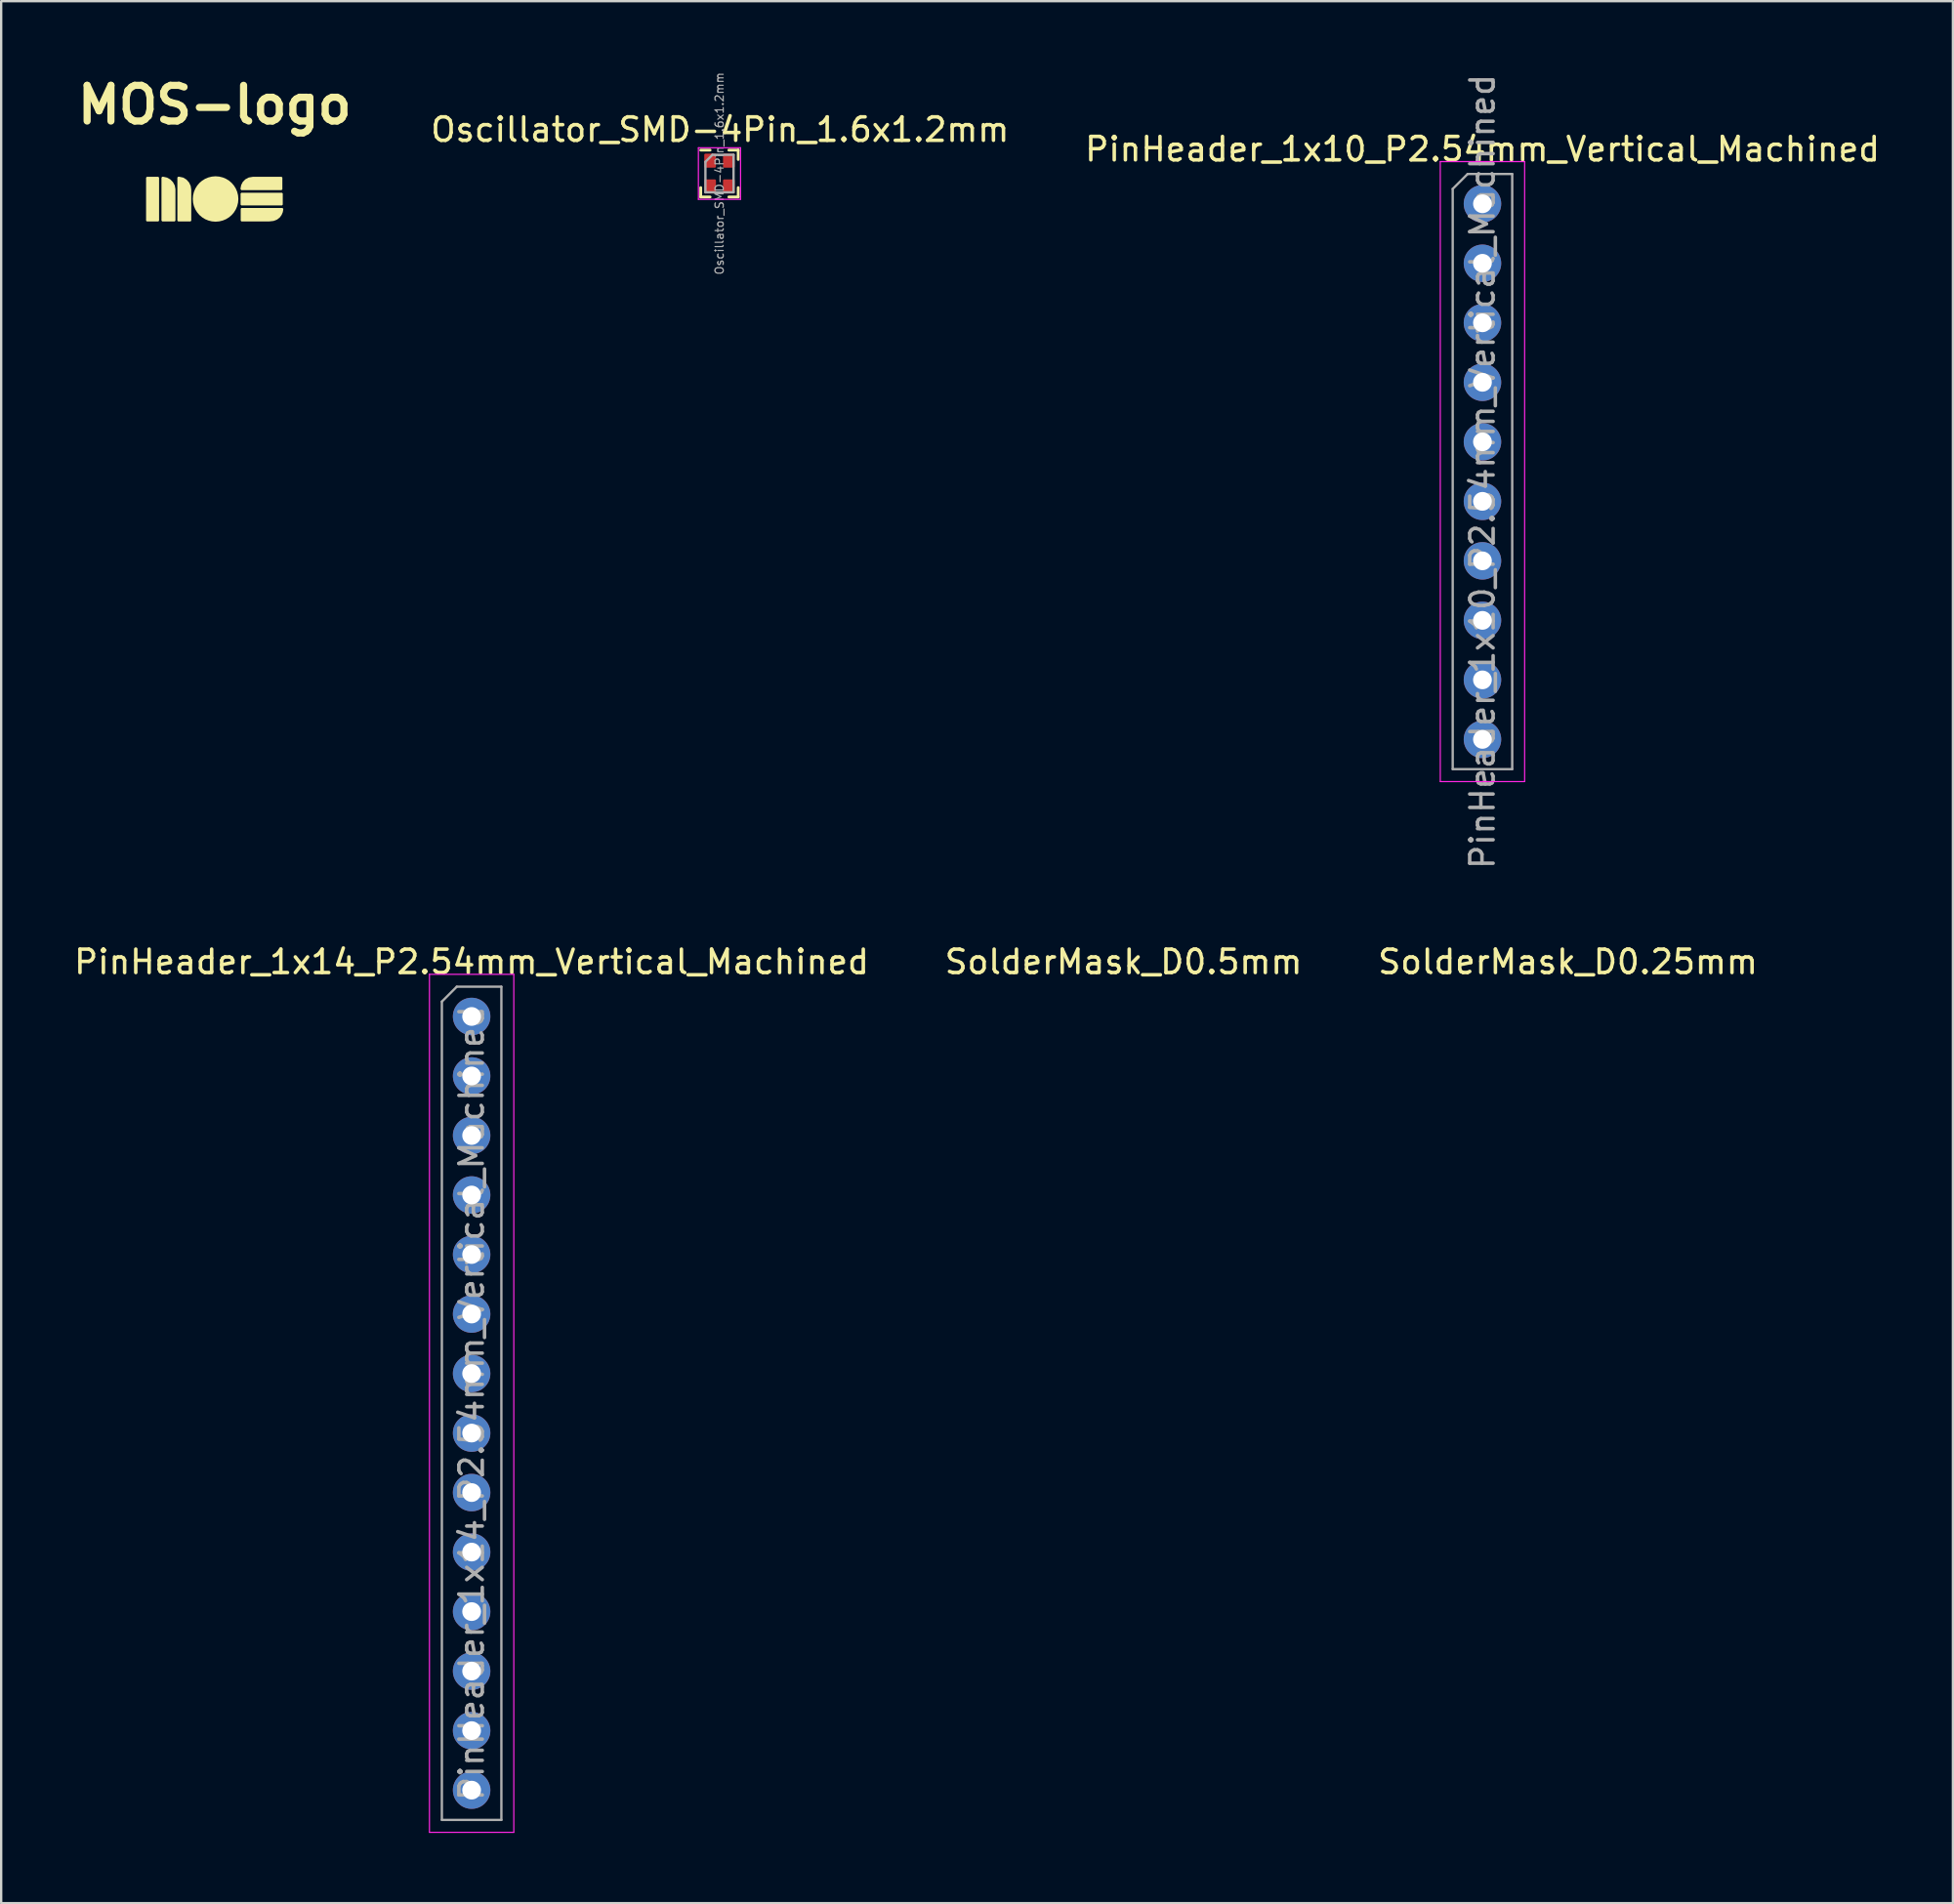
<source format=kicad_pcb>
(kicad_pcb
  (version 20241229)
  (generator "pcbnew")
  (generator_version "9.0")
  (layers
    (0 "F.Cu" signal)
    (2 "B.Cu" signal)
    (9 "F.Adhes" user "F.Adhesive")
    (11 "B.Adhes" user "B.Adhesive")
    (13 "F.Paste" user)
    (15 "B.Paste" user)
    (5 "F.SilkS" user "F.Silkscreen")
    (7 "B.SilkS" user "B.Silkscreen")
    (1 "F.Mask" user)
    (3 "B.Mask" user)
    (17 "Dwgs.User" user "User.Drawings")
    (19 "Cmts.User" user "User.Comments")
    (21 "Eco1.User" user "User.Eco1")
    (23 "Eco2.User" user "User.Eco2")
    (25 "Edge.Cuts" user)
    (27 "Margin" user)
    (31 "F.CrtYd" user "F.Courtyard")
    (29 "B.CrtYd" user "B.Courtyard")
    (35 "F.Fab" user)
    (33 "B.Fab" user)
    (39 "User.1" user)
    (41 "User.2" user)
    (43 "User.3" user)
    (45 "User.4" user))
  (footprint "Oscillator_SMD-4Pin_1.6x1.2mm"
    (layer "F.Cu")
    (at 27.654 4.357)
    (property "Reference" "Oscillator_SMD-4Pin_1.6x1.2mm" (at 0.025 -1.875 0) (layer "F.SilkS") (effects (font (size 1 1) (thickness 0.15))))
    (attr smd)
    (fp_line (start -0.8 0.6) (end -0.8 1) (stroke (width 0.12) (type solid)) (layer "F.SilkS"))
    (fp_line (start -0.4 -1) (end -0.8 -1) (stroke (width 0.12) (type solid)) (layer "F.SilkS"))
    (fp_line (start -0.4 1) (end -0.8 1) (stroke (width 0.12) (type solid)) (layer "F.SilkS"))
    (fp_line (start 0.8 -1) (end 0.4 -1) (stroke (width 0.12) (type solid)) (layer "F.SilkS"))
    (fp_line (start 0.8 -1) (end 0.8 -0.6) (stroke (width 0.12) (type solid)) (layer "F.SilkS"))
    (fp_line (start 0.8 0.6) (end 0.8 1) (stroke (width 0.12) (type solid)) (layer "F.SilkS"))
    (fp_line (start 0.8 1) (end 0.4 1) (stroke (width 0.12) (type solid)) (layer "F.SilkS"))
    (fp_line (start -0.9 -1.1) (end -0.9 1.1) (stroke (width 0.05) (type solid)) (layer "F.CrtYd"))
    (fp_line (start -0.9 1.1) (end 0.9 1.1) (stroke (width 0.05) (type solid)) (layer "F.CrtYd"))
    (fp_line (start 0.9 -1.1) (end -0.9 -1.1) (stroke (width 0.05) (type solid)) (layer "F.CrtYd"))
    (fp_line (start 0.9 1.1) (end 0.9 -1.1) (stroke (width 0.05) (type solid)) (layer "F.CrtYd"))
    (fp_line (start -0.6 0.8) (end -0.6 -0.5) (stroke (width 0.1) (type solid)) (layer "F.Fab"))
    (fp_line (start -0.3 -0.8) (end -0.6 -0.5) (stroke (width 0.1) (type solid)) (layer "F.Fab"))
    (fp_line (start -0.3 -0.8) (end 0.6 -0.8) (stroke (width 0.1) (type solid)) (layer "F.Fab"))
    (fp_line (start 0.6 -0.8) (end 0.6 0.8) (stroke (width 0.1) (type solid)) (layer "F.Fab"))
    (fp_line (start 0.6 0.8) (end -0.6 0.8) (stroke (width 0.1) (type solid)) (layer "F.Fab"))
    (fp_text user "${REFERENCE}" (at 0 0 270) (layer "F.Fab") (effects (font (size 0.35 0.35) (thickness 0.05))))
    (pad "1" smd roundrect (at -0.4 -0.55) (size 0.5 0.6) (layers "F.Cu" "F.Mask" "F.Paste") (roundrect_rratio 0.1))
    (pad "2" smd roundrect (at -0.4 0.55) (size 0.5 0.6) (layers "F.Cu" "F.Mask" "F.Paste") (roundrect_rratio 0.1))
    (pad "3" smd roundrect (at 0.4 0.55) (size 0.5 0.6) (layers "F.Cu" "F.Mask" "F.Paste") (roundrect_rratio 0.1))
    (pad "4" smd roundrect (at 0.4 -0.55) (size 0.5 0.6) (layers "F.Cu" "F.Mask" "F.Paste") (roundrect_rratio 0.1)))
  (footprint "PinHeader_1x14_P2.54mm_Vertical_Machined"
    (layer "F.Cu")
    (at 17.077 40.333)
    (property "Reference" "PinHeader_1x14_P2.54mm_Vertical_Machined" (at 0 -2.33 0) (layer "F.SilkS") (effects (font (size 1 1) (thickness 0.15))))
    (attr through_hole)
    (fp_line (start -1.8 -1.8) (end -1.8 34.82) (stroke (width 0.05) (type solid)) (layer "F.CrtYd"))
    (fp_line (start -1.8 34.82) (end 1.8 34.82) (stroke (width 0.05) (type solid)) (layer "F.CrtYd"))
    (fp_line (start 1.8 -1.8) (end -1.8 -1.8) (stroke (width 0.05) (type solid)) (layer "F.CrtYd"))
    (fp_line (start 1.8 34.82) (end 1.8 -1.8) (stroke (width 0.05) (type solid)) (layer "F.CrtYd"))
    (fp_line (start -1.27 -0.635) (end -0.635 -1.27) (stroke (width 0.1) (type solid)) (layer "F.Fab"))
    (fp_line (start -1.27 34.29) (end -1.27 -0.635) (stroke (width 0.1) (type solid)) (layer "F.Fab"))
    (fp_line (start -0.635 -1.27) (end 1.27 -1.27) (stroke (width 0.1) (type solid)) (layer "F.Fab"))
    (fp_line (start 1.27 -1.27) (end 1.27 34.29) (stroke (width 0.1) (type solid)) (layer "F.Fab"))
    (fp_line (start 1.27 34.29) (end -1.27 34.29) (stroke (width 0.1) (type solid)) (layer "F.Fab"))
    (fp_text user "${REFERENCE}" (at 0 16.51 90) (layer "F.Fab") (effects (font (size 1 1) (thickness 0.15))))
    (pad "1" thru_hole circle (at 0 0) (size 1.6 1.6) (drill 0.8) (layers "*.Cu" "*.Mask"))
    (pad "2" thru_hole circle (at 0 2.54) (size 1.6 1.6) (drill 0.8) (layers "*.Cu" "*.Mask"))
    (pad "3" thru_hole circle (at 0 5.08) (size 1.6 1.6) (drill 0.8) (layers "*.Cu" "*.Mask"))
    (pad "4" thru_hole circle (at 0 7.62) (size 1.6 1.6) (drill 0.8) (layers "*.Cu" "*.Mask"))
    (pad "5" thru_hole circle (at 0 10.16) (size 1.6 1.6) (drill 0.8) (layers "*.Cu" "*.Mask"))
    (pad "6" thru_hole circle (at 0 12.7) (size 1.6 1.6) (drill 0.8) (layers "*.Cu" "*.Mask"))
    (pad "7" thru_hole circle (at 0 15.24) (size 1.6 1.6) (drill 0.8) (layers "*.Cu" "*.Mask"))
    (pad "8" thru_hole circle (at 0 17.78) (size 1.6 1.6) (drill 0.8) (layers "*.Cu" "*.Mask"))
    (pad "9" thru_hole circle (at 0 20.32) (size 1.6 1.6) (drill 0.8) (layers "*.Cu" "*.Mask"))
    (pad "10" thru_hole circle (at 0 22.86) (size 1.6 1.6) (drill 0.8) (layers "*.Cu" "*.Mask"))
    (pad "11" thru_hole circle (at 0 25.4) (size 1.6 1.6) (drill 0.8) (layers "*.Cu" "*.Mask"))
    (pad "12" thru_hole circle (at 0 27.94) (size 1.6 1.6) (drill 0.8) (layers "*.Cu" "*.Mask"))
    (pad "13" thru_hole circle (at 0 30.48) (size 1.6 1.6) (drill 0.8) (layers "*.Cu" "*.Mask"))
    (pad "14" thru_hole circle (at 0 33.02) (size 1.6 1.6) (drill 0.8) (layers "*.Cu" "*.Mask")))
  (footprint "PinHeader_1x10_P2.54mm_Vertical_Machined"
    (layer "F.Cu")
    (at 60.215 5.647)
    (property "Reference" "PinHeader_1x10_P2.54mm_Vertical_Machined" (at 0 -2.33 0) (layer "F.SilkS") (effects (font (size 1 1) (thickness 0.15))))
    (attr through_hole)
    (fp_line (start -1.8 -1.8) (end -1.8 24.66) (stroke (width 0.05) (type solid)) (layer "F.CrtYd"))
    (fp_line (start -1.8 24.66) (end 1.8 24.66) (stroke (width 0.05) (type solid)) (layer "F.CrtYd"))
    (fp_line (start 1.8 -1.8) (end -1.8 -1.8) (stroke (width 0.05) (type solid)) (layer "F.CrtYd"))
    (fp_line (start 1.8 24.66) (end 1.8 -1.8) (stroke (width 0.05) (type solid)) (layer "F.CrtYd"))
    (fp_line (start -1.27 -0.635) (end -0.635 -1.27) (stroke (width 0.1) (type solid)) (layer "F.Fab"))
    (fp_line (start -1.27 24.13) (end -1.27 -0.635) (stroke (width 0.1) (type solid)) (layer "F.Fab"))
    (fp_line (start -0.635 -1.27) (end 1.27 -1.27) (stroke (width 0.1) (type solid)) (layer "F.Fab"))
    (fp_line (start 1.27 -1.27) (end 1.27 24.13) (stroke (width 0.1) (type solid)) (layer "F.Fab"))
    (fp_line (start 1.27 24.13) (end -1.27 24.13) (stroke (width 0.1) (type solid)) (layer "F.Fab"))
    (fp_text user "${REFERENCE}" (at 0 11.43 90) (layer "F.Fab") (effects (font (size 1 1) (thickness 0.15))))
    (pad "1" thru_hole circle (at 0 0) (size 1.6 1.6) (drill 0.8) (layers "*.Cu" "*.Mask"))
    (pad "2" thru_hole circle (at 0 2.54) (size 1.6 1.6) (drill 0.8) (layers "*.Cu" "*.Mask"))
    (pad "3" thru_hole circle (at 0 5.08) (size 1.6 1.6) (drill 0.8) (layers "*.Cu" "*.Mask"))
    (pad "4" thru_hole circle (at 0 7.62) (size 1.6 1.6) (drill 0.8) (layers "*.Cu" "*.Mask"))
    (pad "5" thru_hole circle (at 0 10.16) (size 1.6 1.6) (drill 0.8) (layers "*.Cu" "*.Mask"))
    (pad "6" thru_hole circle (at 0 12.7) (size 1.6 1.6) (drill 0.8) (layers "*.Cu" "*.Mask"))
    (pad "7" thru_hole circle (at 0 15.24) (size 1.6 1.6) (drill 0.8) (layers "*.Cu" "*.Mask"))
    (pad "8" thru_hole circle (at 0 17.78) (size 1.6 1.6) (drill 0.8) (layers "*.Cu" "*.Mask"))
    (pad "9" thru_hole circle (at 0 20.32) (size 1.6 1.6) (drill 0.8) (layers "*.Cu" "*.Mask"))
    (pad "10" thru_hole circle (at 0 22.86) (size 1.6 1.6) (drill 0.8) (layers "*.Cu" "*.Mask")))
  (footprint "MOS-logo"
    (layer "F.Cu")
    (at 6.111 5.443)
    (property "Reference" "MOS-logo" (at 0 -4.017 0) (layer "F.SilkS") (effects (font (size 1.524 1.524) (thickness 0.305))))
    (attr board_only exclude_from_pos_files exclude_from_bom allow_missing_courtyard)
    (fp_poly (pts (xy -2.893 -0.946) (xy -2.405 -0.946) (xy -2.372 -0.913) (xy -2.372 0.925) (xy -2.405 0.959) (xy -2.893 0.959) (xy -2.927 0.925) (xy -2.927 -0.913) (xy -2.893 -0.946)) (stroke (width 0) (type solid)) (fill yes) (layer "F.SilkS"))
    (fp_poly (pts (xy 1.14 -0.268) (xy 2.872 -0.268) (xy 2.906 -0.235) (xy 2.906 0.242) (xy 2.872 0.276) (xy 1.14 0.276) (xy 1.106 0.242) (xy 1.106 -0.235) (xy 1.14 -0.268)) (stroke (width 0) (type solid)) (fill yes) (layer "F.SilkS"))
    (fp_poly (pts (xy -2.236 -0.949) (xy -2.192 -0.949) (xy -2.031 -0.913) (xy -1.89 -0.833) (xy -1.778 -0.718) (xy -1.703 -0.577) (xy -1.673 -0.421) (xy -1.673 0.924) (xy -1.707 0.958) (xy -2.236 0.958) (xy -2.27 0.924) (xy -2.27 -0.915) (xy -2.236 -0.949)) (stroke (width 0) (type solid)) (fill yes) (layer "F.SilkS"))
    (fp_poly (pts (xy -1.557 -0.95) (xy -1.513 -0.95) (xy -1.344 -0.914) (xy -1.202 -0.828) (xy -1.093 -0.705) (xy -1.023 -0.559) (xy -0.999 -0.403) (xy -0.999 0.926) (xy -1.033 0.959) (xy -1.557 0.959) (xy -1.591 0.926) (xy -1.591 -0.916) (xy -1.557 -0.95)) (stroke (width 0) (type solid)) (fill yes) (layer "F.SilkS"))
    (fp_poly (pts (xy 1.639 -0.948) (xy 2.855 -0.948) (xy 2.889 -0.914) (xy 2.889 -0.413) (xy 2.855 -0.379) (xy 1.139 -0.379) (xy 1.105 -0.413) (xy 1.105 -0.464) (xy 1.132 -0.597) (xy 1.199 -0.727) (xy 1.307 -0.838) (xy 1.454 -0.917) (xy 1.639 -0.948)) (stroke (width 0) (type solid)) (fill yes) (layer "F.SilkS"))
    (fp_poly (pts (xy 1.145 0.383) (xy 2.893 0.383) (xy 2.927 0.417) (xy 2.927 0.458) (xy 2.907 0.564) (xy 2.86 0.676) (xy 2.783 0.784) (xy 2.67 0.875) (xy 2.516 0.937) (xy 2.317 0.959) (xy 1.145 0.959) (xy 1.111 0.926) (xy 1.111 0.417) (xy 1.145 0.383)) (stroke (width 0) (type solid)) (fill yes) (layer "F.SilkS"))
    (fp_poly (pts (xy 1.011 0) (xy 0.998 0.157) (xy 0.961 0.306) (xy 0.902 0.445) (xy 0.823 0.572) (xy 0.726 0.685) (xy 0.613 0.782) (xy 0.485 0.861) (xy 0.346 0.919) (xy 0.196 0.956) (xy 0.039 0.969) (xy -0.119 0.956) (xy -0.268 0.919) (xy -0.408 0.861) (xy -0.535 0.782) (xy -0.649 0.685) (xy -0.746 0.572) (xy -0.825 0.445) (xy -0.884 0.306) (xy -0.921 0.157) (xy -0.933 0) (xy -0.921 -0.157) (xy -0.884 -0.306) (xy -0.825 -0.445) (xy -0.746 -0.572) (xy -0.649 -0.685) (xy -0.535 -0.782) (xy -0.408 -0.861) (xy -0.268 -0.919) (xy -0.119 -0.956) (xy 0.039 -0.969) (xy 0.196 -0.956) (xy 0.346 -0.919) (xy 0.485 -0.861) (xy 0.613 -0.782) (xy 0.726 -0.685) (xy 0.823 -0.572) (xy 0.902 -0.445) (xy 0.961 -0.306) (xy 0.998 -0.157) (xy 1.011 0)) (stroke (width 0) (type solid)) (fill yes) (layer "F.SilkS")))
  (footprint "SolderMask_D0.5mm"
    (layer "F.Cu")
    (at 44.909 39.183)
    (property "Reference" "SolderMask_D0.5mm" (at -0.01 -1.18 0) (layer "F.SilkS") (effects (font (size 1 1) (thickness 0.15))))
    (attr board_only exclude_from_pos_files exclude_from_bom allow_missing_courtyard)
    (fp_circle (center 0 0) (end 0.25 0) (stroke (width 0) (type solid)) (fill yes) (layer "F.Mask")))
  (footprint "SolderMask_D0.25mm"
    (layer "F.Cu")
    (at 63.873 39.183)
    (property "Reference" "SolderMask_D0.25mm" (at -0.01 -1.18 0) (layer "F.SilkS") (effects (font (size 1 1) (thickness 0.15))))
    (attr board_only exclude_from_pos_files exclude_from_bom allow_missing_courtyard)
    (fp_circle (center 0 0) (end 0.125 0) (stroke (width 0) (type solid)) (fill yes) (layer "F.Mask")))
  (gr_rect
    (start -3 -3)
    (end 80.292 78.178)
    (stroke (width 0.1) (type default))
    (fill no)
    (layer "Edge.Cuts")))
</source>
